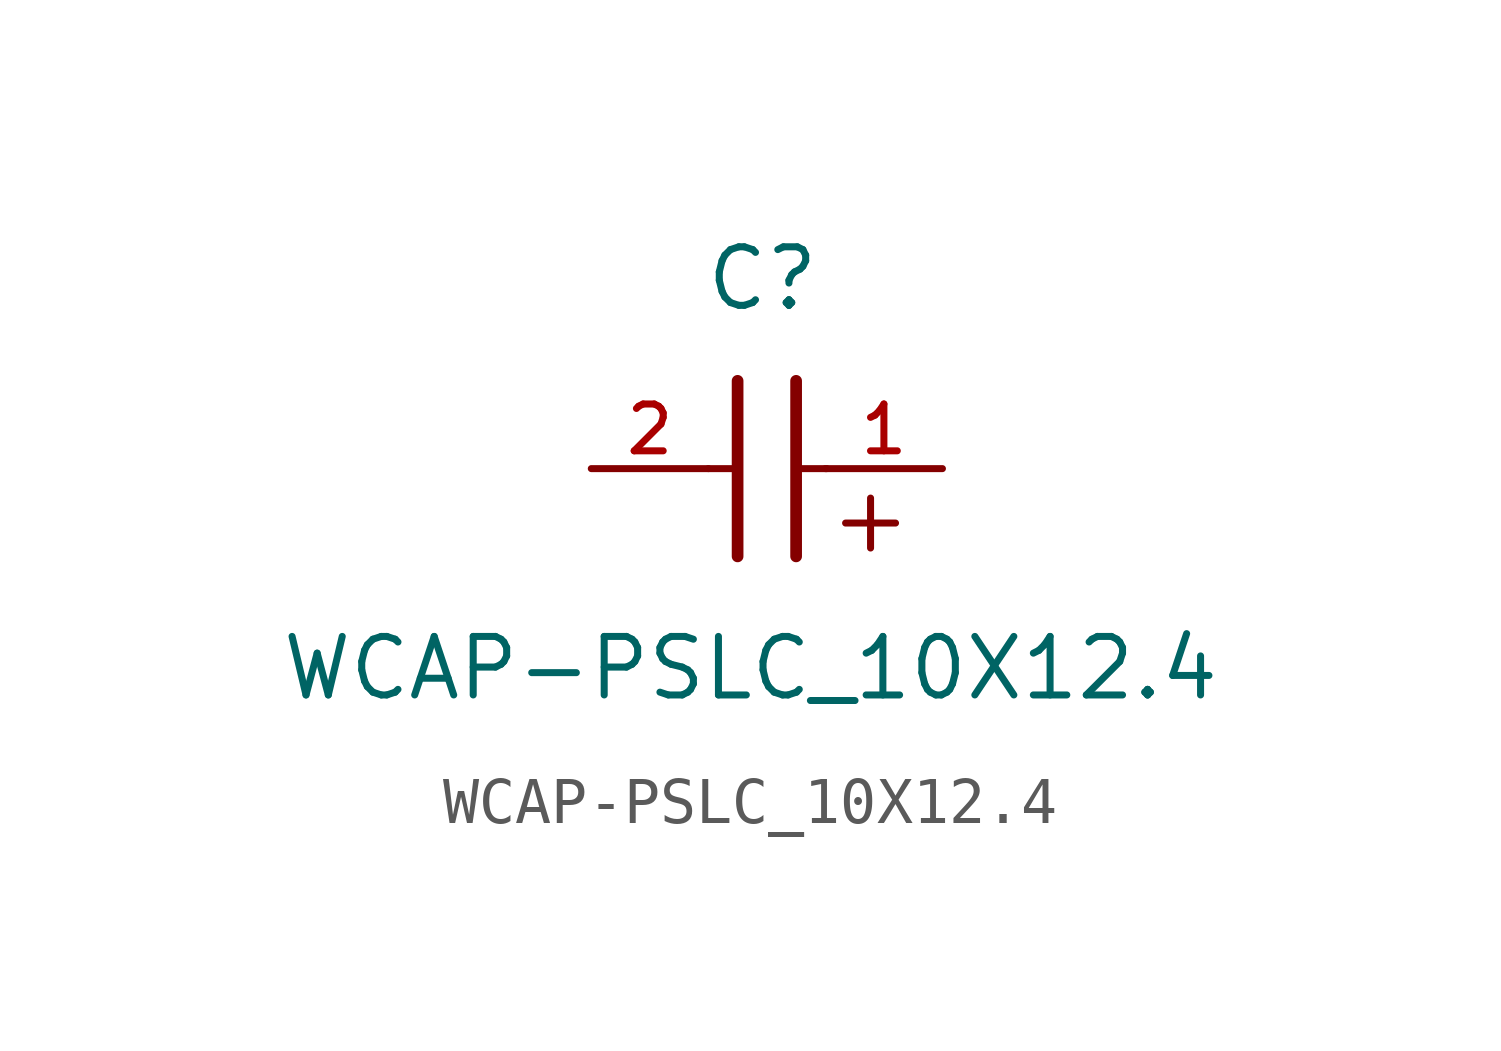
<source format=kicad_sym>
(kicad_symbol_lib
  (version 20211014)
  (generator kicad_symbol_editor)
  (symbol "WCAP-PSLC_10X12.4"
    (pin_names
      (offset 1.016))
    (property "Reference" "C"
      (at 1.175 3.38 0)
      (effects (font (size 1.27 1.27)) (justify bottom)))
    (property "Value" "WCAP-PSLC_10X12.4"
      (at 0.915 -5.075 0)
      (effects (font (size 1.27 1.27)) (justify bottom)))
    (symbol "WCAP-PSLC_10X12.4_0_0"
      (text "+" (at 2.54 -1.905 0) (effects (font (size 1.422 1.422)) (justify bottom left)))
      (polyline (pts (xy 1.905 1.905) (xy 1.905 -1.905)) (stroke (width 0.254)))
      (polyline (pts (xy 0.635 -1.905) (xy 0.635 1.905)) (stroke (width 0.254)))
      (polyline (pts (xy 0.0 0.0) (xy 0.643 0.0)) (stroke (width 0.152)))
      (polyline (pts (xy 1.928 0.0) (xy 2.57 0.0)) (stroke (width 0.152)))
      (pin passive line (at 5.08 0.0 180.0) (length 2.54) (name "~" (effects (font (size 1.016 1.016)))) (number "1" (effects (font (size 1.016 1.016)))))
      (pin passive line (at -2.54 0.0 0) (length 2.54) (name "~" (effects (font (size 1.016 1.016)))) (number "2" (effects (font (size 1.016 1.016))))))))
</source>
